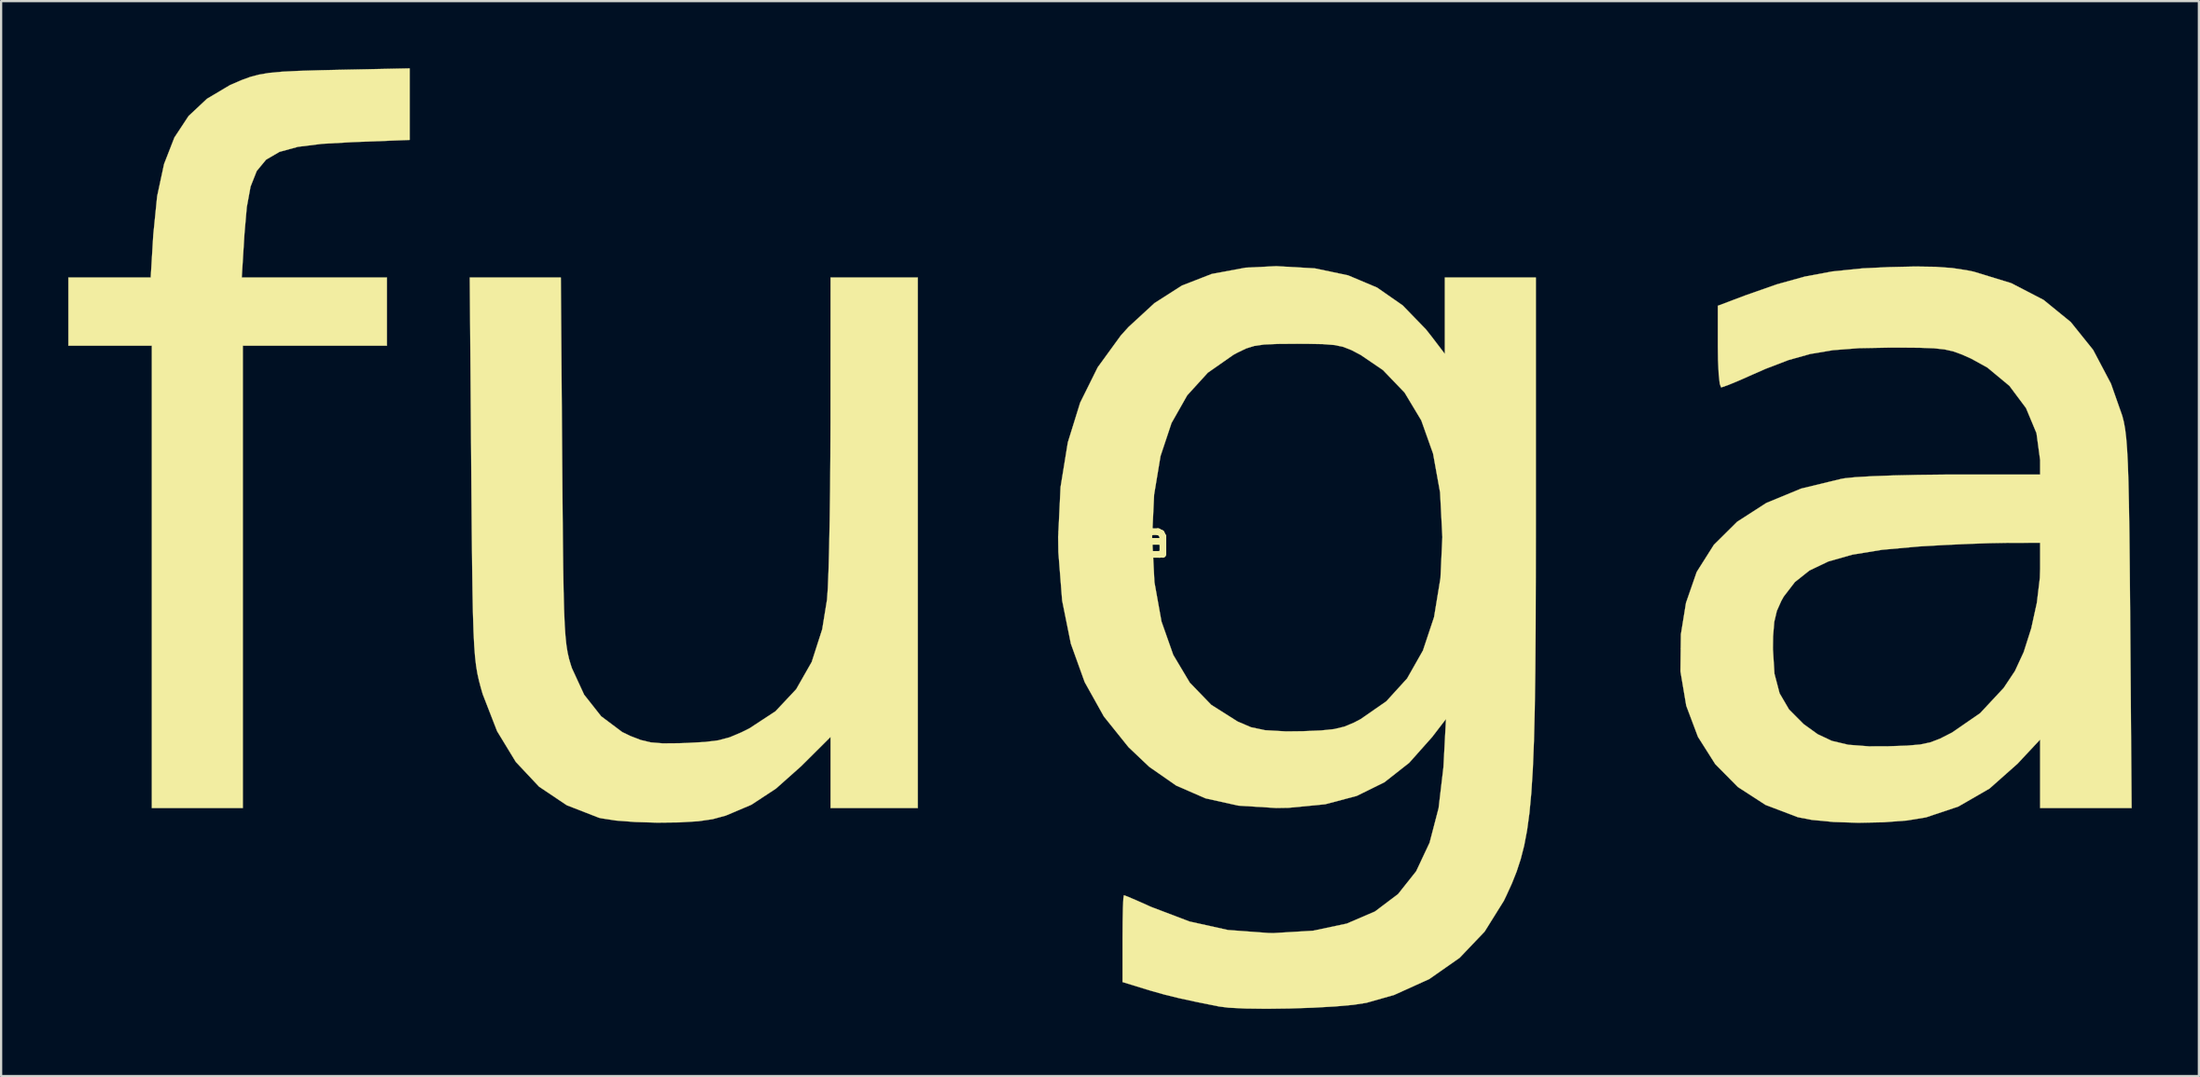
<source format=kicad_pcb>
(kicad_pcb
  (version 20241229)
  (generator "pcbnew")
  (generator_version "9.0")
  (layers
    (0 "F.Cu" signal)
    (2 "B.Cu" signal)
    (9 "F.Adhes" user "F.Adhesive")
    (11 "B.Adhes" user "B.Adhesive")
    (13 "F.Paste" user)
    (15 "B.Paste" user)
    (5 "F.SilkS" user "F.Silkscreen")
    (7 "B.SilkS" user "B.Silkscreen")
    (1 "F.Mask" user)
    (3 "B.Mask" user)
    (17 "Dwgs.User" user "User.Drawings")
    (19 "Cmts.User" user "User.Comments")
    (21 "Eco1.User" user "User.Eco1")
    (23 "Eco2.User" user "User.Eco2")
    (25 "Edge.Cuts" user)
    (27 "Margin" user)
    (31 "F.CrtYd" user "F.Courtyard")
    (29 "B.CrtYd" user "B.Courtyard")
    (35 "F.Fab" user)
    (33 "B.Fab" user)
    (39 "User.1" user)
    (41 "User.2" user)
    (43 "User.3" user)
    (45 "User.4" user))
  (footprint "fuga"
    (layer "F.Cu")
    (at 46.741 21.033)
    (property "Reference" "fuga" (at 0 0 0) (layer "F.SilkS") (effects (font (size 1.524 1.524) (thickness 0.3))))
    (attr through_hole)
    (fp_poly (pts (xy -31.496 -17.831) (xy -34.024 -17.734) (xy -35.405 -17.657) (xy -36.487 -17.523) (xy -37.308 -17.298) (xy -37.908 -16.949) (xy -38.326 -16.443) (xy -38.601 -15.747) (xy -38.77 -14.827) (xy -38.873 -13.651) (xy -38.877 -13.589) (xy -38.995 -11.684) (xy -32.512 -11.684) (xy -32.512 -8.636) (xy -38.947 -8.636) (xy -38.947 12.023) (xy -43.011 12.023) (xy -43.011 -8.636) (xy -46.736 -8.636) (xy -46.736 -11.684) (xy -43.06 -11.684) (xy -42.946 -13.59) (xy -42.773 -15.315) (xy -42.464 -16.754) (xy -42.003 -17.938) (xy -41.37 -18.899) (xy -40.549 -19.669) (xy -39.52 -20.281) (xy -38.994 -20.508) (xy -38.614 -20.646) (xy -38.229 -20.749) (xy -37.78 -20.824) (xy -37.206 -20.878) (xy -36.447 -20.916) (xy -35.443 -20.946) (xy -34.756 -20.961) (xy -31.496 -21.028) (xy -31.496 -17.831)) (stroke (width 0.01) (type solid)) (fill yes) (layer "F.SilkS"))
    (fp_poly (pts (xy -24.685 -3.514) (xy -24.67 -1.634) (xy -24.656 -0.06) (xy -24.641 1.239) (xy -24.623 2.296) (xy -24.601 3.143) (xy -24.574 3.813) (xy -24.539 4.337) (xy -24.496 4.747) (xy -24.443 5.077) (xy -24.379 5.357) (xy -24.301 5.621) (xy -24.25 5.775) (xy -23.705 6.958) (xy -22.945 7.922) (xy -22.004 8.627) (xy -21.649 8.8) (xy -21.174 8.983) (xy -20.723 9.089) (xy -20.191 9.133) (xy -19.469 9.127) (xy -19.117 9.115) (xy -18.301 9.07) (xy -17.703 8.995) (xy -17.204 8.861) (xy -16.684 8.641) (xy -16.322 8.461) (xy -15.159 7.698) (xy -14.235 6.713) (xy -13.542 5.496) (xy -13.073 4.035) (xy -12.858 2.709) (xy -12.823 2.209) (xy -12.791 1.419) (xy -12.763 0.386) (xy -12.739 -0.84) (xy -12.72 -2.212) (xy -12.708 -3.68) (xy -12.703 -5.197) (xy -12.703 -5.207) (xy -12.7 -11.684) (xy -8.805 -11.684) (xy -8.805 12.023) (xy -12.7 12.023) (xy -12.7 8.846) (xy -14.012 10.152) (xy -15.139 11.155) (xy -16.239 11.877) (xy -17.382 12.361) (xy -17.968 12.52) (xy -18.608 12.613) (xy -19.466 12.664) (xy -20.436 12.675) (xy -21.411 12.647) (xy -22.284 12.581) (xy -22.948 12.479) (xy -23.048 12.455) (xy -24.483 11.896) (xy -25.719 11.066) (xy -26.755 9.963) (xy -27.592 8.588) (xy -28.233 6.937) (xy -28.322 6.63) (xy -28.403 6.321) (xy -28.472 6.012) (xy -28.529 5.669) (xy -28.576 5.261) (xy -28.614 4.755) (xy -28.645 4.12) (xy -28.67 3.324) (xy -28.69 2.334) (xy -28.707 1.118) (xy -28.723 -0.355) (xy -28.738 -2.117) (xy -28.746 -3.175) (xy -28.812 -11.684) (xy -24.746 -11.684) (xy -24.685 -3.514)) (stroke (width 0.01) (type solid)) (fill yes) (layer "F.SilkS"))
    (fp_poly (pts (xy 36.645 -12.161) (xy 37.389 -12.107) (xy 38.057 -12.005) (xy 38.349 -11.945) (xy 40.027 -11.431) (xy 41.469 -10.684) (xy 42.684 -9.694) (xy 43.684 -8.449) (xy 44.48 -6.94) (xy 44.985 -5.503) (xy 45.054 -5.233) (xy 45.112 -4.915) (xy 45.16 -4.519) (xy 45.2 -4.014) (xy 45.234 -3.367) (xy 45.261 -2.549) (xy 45.283 -1.528) (xy 45.303 -0.272) (xy 45.319 1.249) (xy 45.335 3.067) (xy 45.34 3.768) (xy 45.402 12.023) (xy 41.317 12.023) (xy 41.317 8.962) (xy 40.307 10.043) (xy 39.058 11.151) (xy 37.666 11.955) (xy 36.222 12.439) (xy 35.376 12.578) (xy 34.334 12.658) (xy 33.206 12.681) (xy 32.101 12.646) (xy 31.128 12.553) (xy 30.498 12.432) (xy 29.054 11.883) (xy 27.82 11.084) (xy 26.809 10.062) (xy 26.036 8.841) (xy 25.513 7.45) (xy 25.254 5.914) (xy 25.266 4.911) (xy 29.383 4.911) (xy 29.452 6.02) (xy 29.681 6.895) (xy 30.103 7.617) (xy 30.75 8.267) (xy 30.765 8.279) (xy 31.383 8.724) (xy 32.017 9.022) (xy 32.75 9.195) (xy 33.667 9.265) (xy 34.544 9.262) (xy 35.369 9.234) (xy 35.957 9.184) (xy 36.413 9.088) (xy 36.838 8.926) (xy 37.334 8.674) (xy 37.381 8.65) (xy 38.637 7.784) (xy 39.691 6.653) (xy 40.191 5.901) (xy 40.583 5.054) (xy 40.92 3.995) (xy 41.171 2.85) (xy 41.304 1.745) (xy 41.317 1.328) (xy 41.317 0.169) (xy 39.836 0.173) (xy 39.094 0.186) (xy 38.133 0.219) (xy 37.069 0.268) (xy 36.02 0.328) (xy 35.892 0.336) (xy 34.261 0.483) (xy 32.929 0.701) (xy 31.859 1.005) (xy 31.016 1.408) (xy 30.365 1.925) (xy 29.869 2.57) (xy 29.761 2.761) (xy 29.559 3.215) (xy 29.443 3.707) (xy 29.391 4.351) (xy 29.383 4.911) (xy 25.266 4.911) (xy 25.274 4.259) (xy 25.501 2.856) (xy 25.981 1.472) (xy 26.747 0.261) (xy 27.787 -0.77) (xy 29.09 -1.61) (xy 30.646 -2.252) (xy 32.442 -2.687) (xy 32.597 -2.713) (xy 33.067 -2.761) (xy 33.81 -2.804) (xy 34.76 -2.839) (xy 35.852 -2.864) (xy 37.019 -2.877) (xy 37.465 -2.878) (xy 41.317 -2.879) (xy 41.317 -3.525) (xy 41.154 -4.729) (xy 40.686 -5.85) (xy 39.945 -6.842) (xy 38.962 -7.658) (xy 38.236 -8.059) (xy 37.807 -8.249) (xy 37.437 -8.383) (xy 37.051 -8.47) (xy 36.576 -8.521) (xy 35.939 -8.544) (xy 35.066 -8.551) (xy 34.629 -8.551) (xy 33.229 -8.526) (xy 32.068 -8.437) (xy 31.049 -8.266) (xy 30.075 -7.993) (xy 29.05 -7.6) (xy 28.466 -7.343) (xy 27.867 -7.078) (xy 27.384 -6.878) (xy 27.101 -6.779) (xy 27.069 -6.773) (xy 27.01 -6.931) (xy 26.963 -7.358) (xy 26.932 -7.986) (xy 26.924 -8.597) (xy 26.924 -10.42) (xy 28.152 -10.884) (xy 29.553 -11.376) (xy 30.808 -11.725) (xy 32.043 -11.955) (xy 33.388 -12.092) (xy 34.58 -12.149) (xy 35.738 -12.174) (xy 36.645 -12.161)) (stroke (width 0.01) (type solid)) (fill yes) (layer "F.SilkS"))
    (fp_poly (pts (xy 8.924 -12.092) (xy 10.411 -11.78) (xy 11.704 -11.235) (xy 12.848 -10.439) (xy 13.884 -9.371) (xy 14.137 -9.051) (xy 14.732 -8.271) (xy 14.732 -11.684) (xy 18.796 -11.684) (xy 18.796 -0.8) (xy 18.794 1.739) (xy 18.787 3.966) (xy 18.772 5.907) (xy 18.748 7.588) (xy 18.712 9.036) (xy 18.662 10.277) (xy 18.595 11.338) (xy 18.51 12.245) (xy 18.404 13.023) (xy 18.275 13.701) (xy 18.121 14.303) (xy 17.94 14.857) (xy 17.729 15.388) (xy 17.485 15.923) (xy 17.366 16.171) (xy 16.508 17.546) (xy 15.392 18.716) (xy 14.038 19.664) (xy 12.469 20.374) (xy 11.227 20.727) (xy 10.646 20.816) (xy 9.825 20.889) (xy 8.848 20.944) (xy 7.801 20.979) (xy 6.767 20.992) (xy 5.831 20.981) (xy 5.079 20.944) (xy 4.657 20.891) (xy 3.638 20.686) (xy 2.858 20.517) (xy 2.219 20.36) (xy 1.626 20.193) (xy 1.397 20.124) (xy 0.339 19.798) (xy 0.339 17.858) (xy 0.344 17.093) (xy 0.357 16.47) (xy 0.377 16.056) (xy 0.4 15.917) (xy 0.572 15.982) (xy 0.972 16.153) (xy 1.517 16.396) (xy 1.612 16.439) (xy 3.329 17.092) (xy 5.045 17.472) (xy 6.885 17.608) (xy 7.097 17.609) (xy 8.85 17.504) (xy 10.352 17.186) (xy 11.612 16.644) (xy 12.642 15.868) (xy 13.452 14.847) (xy 14.052 13.57) (xy 14.454 12.026) (xy 14.669 10.205) (xy 14.681 9.991) (xy 14.784 8.043) (xy 14.163 8.852) (xy 13.142 10) (xy 12.037 10.869) (xy 10.8 11.48) (xy 9.387 11.854) (xy 7.753 12.012) (xy 7.203 12.021) (xy 5.515 11.916) (xy 4.044 11.589) (xy 2.734 11.018) (xy 1.528 10.178) (xy 0.603 9.3) (xy -0.496 7.929) (xy -1.351 6.397) (xy -1.969 4.679) (xy -2.358 2.751) (xy -2.527 0.589) (xy -2.536 -0.085) (xy 1.66 -0.085) (xy 1.764 1.932) (xy 2.078 3.685) (xy 2.604 5.18) (xy 3.343 6.42) (xy 4.3 7.41) (xy 5.475 8.155) (xy 6.076 8.412) (xy 6.701 8.544) (xy 7.64 8.598) (xy 8.382 8.59) (xy 9.205 8.555) (xy 9.793 8.494) (xy 10.25 8.383) (xy 10.68 8.203) (xy 10.971 8.05) (xy 12.12 7.252) (xy 13.046 6.234) (xy 13.754 4.985) (xy 14.25 3.495) (xy 14.537 1.75) (xy 14.622 -0.085) (xy 14.52 -2.08) (xy 14.207 -3.815) (xy 13.68 -5.299) (xy 12.935 -6.54) (xy 11.968 -7.547) (xy 10.971 -8.225) (xy 10.56 -8.44) (xy 10.2 -8.582) (xy 9.803 -8.666) (xy 9.282 -8.707) (xy 8.549 -8.72) (xy 8.128 -8.721) (xy 7.271 -8.715) (xy 6.666 -8.689) (xy 6.224 -8.626) (xy 5.858 -8.512) (xy 5.481 -8.331) (xy 5.285 -8.225) (xy 4.146 -7.428) (xy 3.228 -6.419) (xy 2.527 -5.182) (xy 2.036 -3.707) (xy 1.749 -1.978) (xy 1.66 -0.085) (xy -2.536 -0.085) (xy -2.429 -2.319) (xy -2.105 -4.312) (xy -1.554 -6.089) (xy -0.769 -7.672) (xy 0.259 -9.087) (xy 0.603 -9.469) (xy 1.766 -10.54) (xy 2.989 -11.323) (xy 4.326 -11.843) (xy 5.837 -12.123) (xy 7.203 -12.19) (xy 8.924 -12.092)) (stroke (width 0.01) (type solid)) (fill yes) (layer "F.SilkS")))
  (gr_rect
    (start -3 -3)
    (end 95.148 45.031)
    (stroke (width 0.1) (type default))
    (fill no)
    (layer "Edge.Cuts")))
</source>
